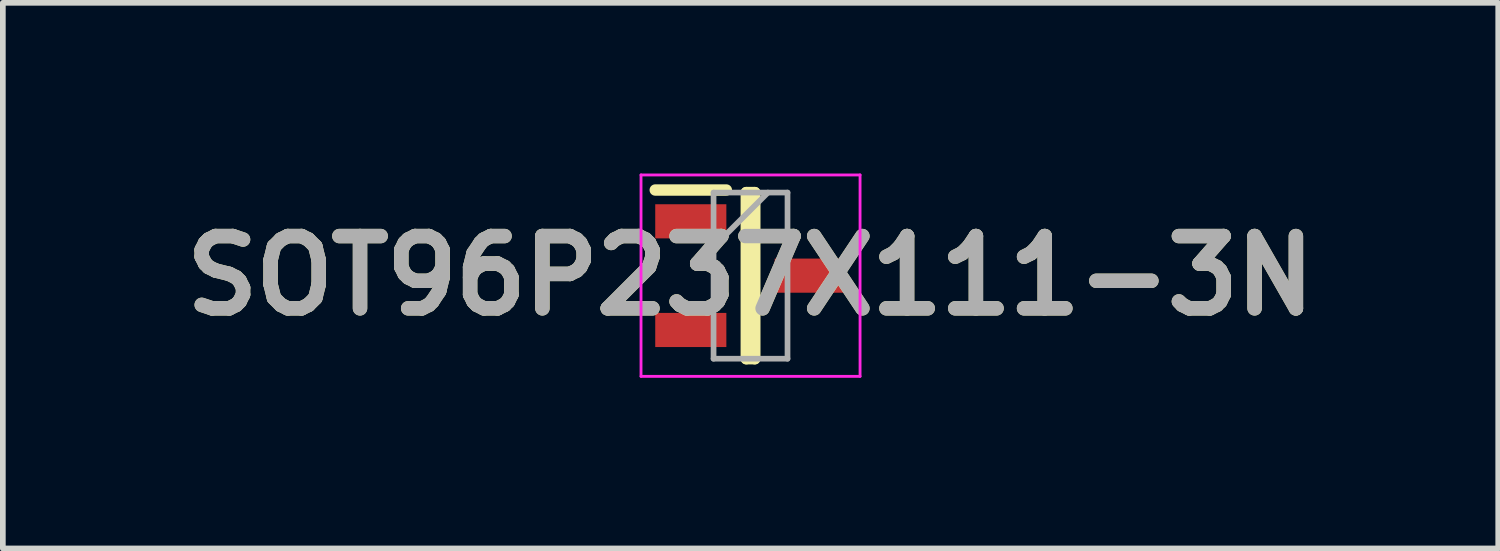
<source format=kicad_pcb>
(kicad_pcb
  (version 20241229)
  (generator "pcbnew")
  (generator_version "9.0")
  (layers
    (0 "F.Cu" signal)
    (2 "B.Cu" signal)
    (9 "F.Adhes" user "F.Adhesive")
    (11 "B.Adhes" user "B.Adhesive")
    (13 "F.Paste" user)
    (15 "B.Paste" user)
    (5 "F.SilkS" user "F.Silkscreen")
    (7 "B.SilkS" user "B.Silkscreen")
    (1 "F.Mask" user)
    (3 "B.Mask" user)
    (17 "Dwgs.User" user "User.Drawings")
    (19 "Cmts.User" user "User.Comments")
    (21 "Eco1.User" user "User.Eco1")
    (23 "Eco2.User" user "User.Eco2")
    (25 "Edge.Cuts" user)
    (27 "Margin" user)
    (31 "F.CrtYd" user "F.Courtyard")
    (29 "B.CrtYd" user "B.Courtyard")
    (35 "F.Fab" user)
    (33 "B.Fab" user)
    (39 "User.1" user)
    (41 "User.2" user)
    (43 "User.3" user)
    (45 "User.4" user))
  (footprint "SOT96P237X111-3N"
    (layer "F.Cu")
    (at 10.142 1.795)
    (property "Reference" "SOT96P237X111-3N" (at 0 0 0) (layer "F.SilkS") (effects (font (size 1.27 1.27) (thickness 0.254))))
    (attr smd)
    (fp_line (start -1.675 -1.505) (end -0.425 -1.505) (stroke (width 0.2) (type solid)) (layer "F.SilkS"))
    (fp_line (start -0.075 -1.46) (end 0.075 -1.46) (stroke (width 0.2) (type solid)) (layer "F.SilkS"))
    (fp_line (start -0.075 1.46) (end -0.075 -1.46) (stroke (width 0.2) (type solid)) (layer "F.SilkS"))
    (fp_line (start 0.075 -1.46) (end 0.075 1.46) (stroke (width 0.2) (type solid)) (layer "F.SilkS"))
    (fp_line (start 0.075 1.46) (end -0.075 1.46) (stroke (width 0.2) (type solid)) (layer "F.SilkS"))
    (fp_line (start -1.925 -1.77) (end 1.925 -1.77) (stroke (width 0.05) (type solid)) (layer "F.CrtYd"))
    (fp_line (start -1.925 1.77) (end -1.925 -1.77) (stroke (width 0.05) (type solid)) (layer "F.CrtYd"))
    (fp_line (start 1.925 -1.77) (end 1.925 1.77) (stroke (width 0.05) (type solid)) (layer "F.CrtYd"))
    (fp_line (start 1.925 1.77) (end -1.925 1.77) (stroke (width 0.05) (type solid)) (layer "F.CrtYd"))
    (fp_line (start -0.65 -1.46) (end 0.65 -1.46) (stroke (width 0.1) (type solid)) (layer "F.Fab"))
    (fp_line (start -0.65 -0.505) (end 0.305 -1.46) (stroke (width 0.1) (type solid)) (layer "F.Fab"))
    (fp_line (start -0.65 1.46) (end -0.65 -1.46) (stroke (width 0.1) (type solid)) (layer "F.Fab"))
    (fp_line (start 0.65 -1.46) (end 0.65 1.46) (stroke (width 0.1) (type solid)) (layer "F.Fab"))
    (fp_line (start 0.65 1.46) (end -0.65 1.46) (stroke (width 0.1) (type solid)) (layer "F.Fab"))
    (fp_text user "${REFERENCE}" (at 0 0 0) (layer "F.Fab") (effects (font (size 1.27 1.27) (thickness 0.254))))
    (pad "1" smd rect (at -1.05 -0.955 90) (size 0.6 1.25) (layers "F.Cu" "F.Mask" "F.Paste"))
    (pad "2" smd rect (at -1.05 0.955 90) (size 0.6 1.25) (layers "F.Cu" "F.Mask" "F.Paste"))
    (pad "3" smd rect (at 1.05 0 90) (size 0.6 1.25) (layers "F.Cu" "F.Mask" "F.Paste")))
  (gr_rect
    (start -3 -3)
    (end 23.284 6.59)
    (stroke (width 0.1) (type default))
    (fill no)
    (layer "Edge.Cuts")))
</source>
